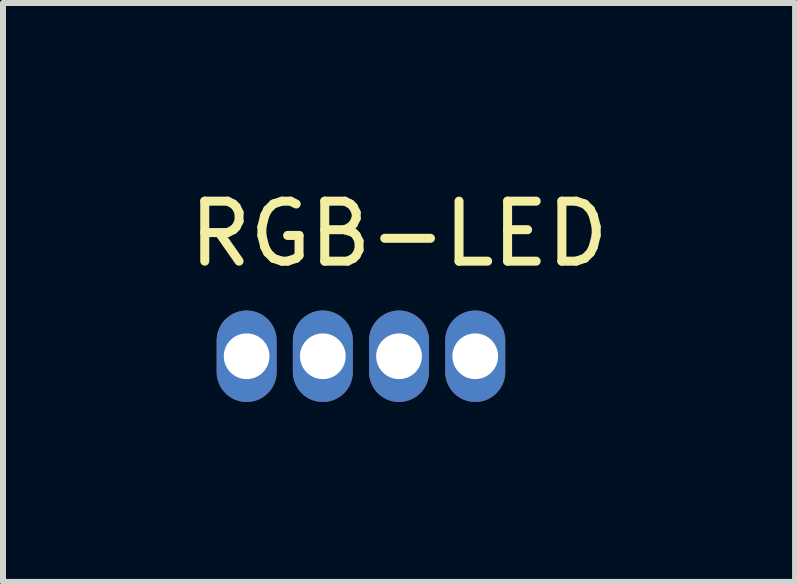
<source format=kicad_pcb>
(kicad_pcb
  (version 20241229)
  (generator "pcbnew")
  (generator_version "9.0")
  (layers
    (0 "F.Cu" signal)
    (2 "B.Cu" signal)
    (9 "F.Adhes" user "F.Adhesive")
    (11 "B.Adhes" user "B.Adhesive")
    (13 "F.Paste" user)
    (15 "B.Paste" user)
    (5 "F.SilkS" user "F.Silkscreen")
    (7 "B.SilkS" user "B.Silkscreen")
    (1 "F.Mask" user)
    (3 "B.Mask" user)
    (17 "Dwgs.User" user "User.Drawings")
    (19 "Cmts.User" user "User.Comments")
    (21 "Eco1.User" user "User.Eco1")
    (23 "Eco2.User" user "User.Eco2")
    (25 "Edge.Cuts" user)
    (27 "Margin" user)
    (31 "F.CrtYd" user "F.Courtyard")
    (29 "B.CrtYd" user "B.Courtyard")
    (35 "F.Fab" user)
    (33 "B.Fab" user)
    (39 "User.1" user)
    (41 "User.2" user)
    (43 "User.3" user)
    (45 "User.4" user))
  (footprint "RGB-LED"
    (layer "F.Cu")
    (at 3.601 0.348)
    (property "Reference" "RGB-LED" (at 0 0.5 0) (layer "F.SilkS") (effects (font (size 1 1) (thickness 0.15))))
    (attr through_hole)
    (pad "1" thru_hole oval (at -2.54 2.54) (size 1 1.524) (drill 0.762) (layers "*.Cu" "*.Mask"))
    (pad "2" thru_hole oval (at 1.27 2.54) (size 1 1.524) (drill 0.762) (layers "*.Cu" "*.Mask"))
    (pad "3" thru_hole oval (at 0 2.54) (size 1 1.524) (drill 0.762) (layers "*.Cu" "*.Mask"))
    (pad "4" thru_hole oval (at -1.27 2.54) (size 1 1.524) (drill 0.762) (layers "*.Cu" "*.Mask")))
  (gr_rect
    (start -3 -3)
    (end 10.202 6.65)
    (stroke (width 0.1) (type default))
    (fill no)
    (layer "Edge.Cuts")))
</source>
